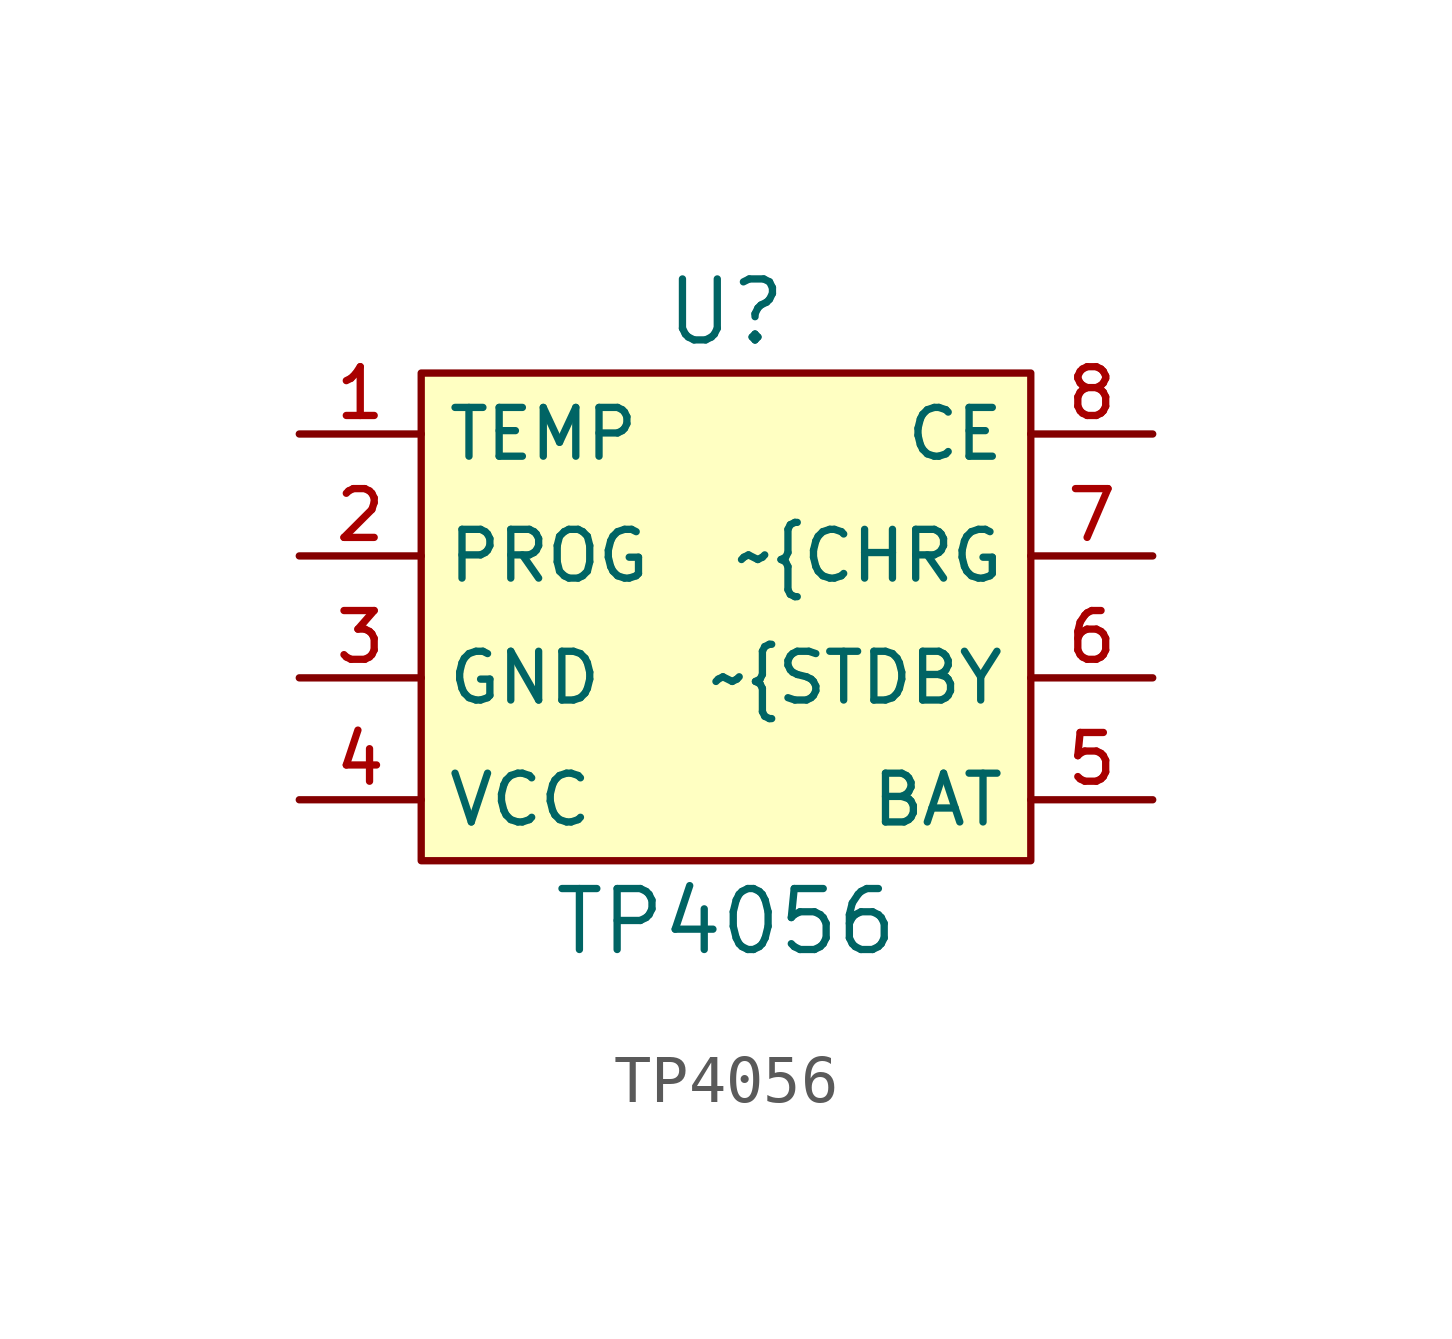
<source format=kicad_sym>
(kicad_symbol_lib
  (version 20211014)
  (generator kicad_symbol_editor)
  (symbol "TP4056"
    (property "Reference" "U"
      (at 0 6.35 0)
      (effects (font (size 1.27 1.27))))
    (property "Value" "TP4056"
      (at 0 -6.35 0)
      (effects (font (size 1.27 1.27))))
    (symbol "TP4056_0_0"
      (pin bidirectional line (at -8.89 3.81 0) (length 2.54) (name "TEMP" (effects (font (size 1.016 1.016)))) (number "1" (effects (font (size 1.016 1.016)))))
      (pin bidirectional line (at -8.89 1.27 0) (length 2.54) (name "PROG" (effects (font (size 1.016 1.016)))) (number "2" (effects (font (size 1.016 1.016)))))
      (pin bidirectional line (at -8.89 -1.27 0) (length 2.54) (name "GND" (effects (font (size 1.016 1.016)))) (number "3" (effects (font (size 1.016 1.016)))))
      (pin bidirectional line (at -8.89 -3.81 0) (length 2.54) (name "VCC" (effects (font (size 1.016 1.016)))) (number "4" (effects (font (size 1.016 1.016)))))
      (pin bidirectional line (at 8.89 -3.81 180) (length 2.54) (name "BAT" (effects (font (size 1.016 1.016)))) (number "5" (effects (font (size 1.016 1.016)))))
      (pin bidirectional line (at 8.89 -1.27 180) (length 2.54) (name "~{STDBY" (effects (font (size 1.016 1.016)))) (number "6" (effects (font (size 1.016 1.016)))))
      (pin bidirectional line (at 8.89 1.27 180) (length 2.54) (name "~{CHRG" (effects (font (size 1.016 1.016)))) (number "7" (effects (font (size 1.016 1.016)))))
      (pin bidirectional line (at 8.89 3.81 180) (length 2.54) (name "CE" (effects (font (size 1.016 1.016)))) (number "8" (effects (font (size 1.016 1.016))))))
    (symbol "TP4056_0_1"
      (rectangle (start -6.35 5.08) (end 6.35 -5.08) (stroke (width 0) (type default) (color 0 0 0 0)) (fill (type background))))))
</source>
